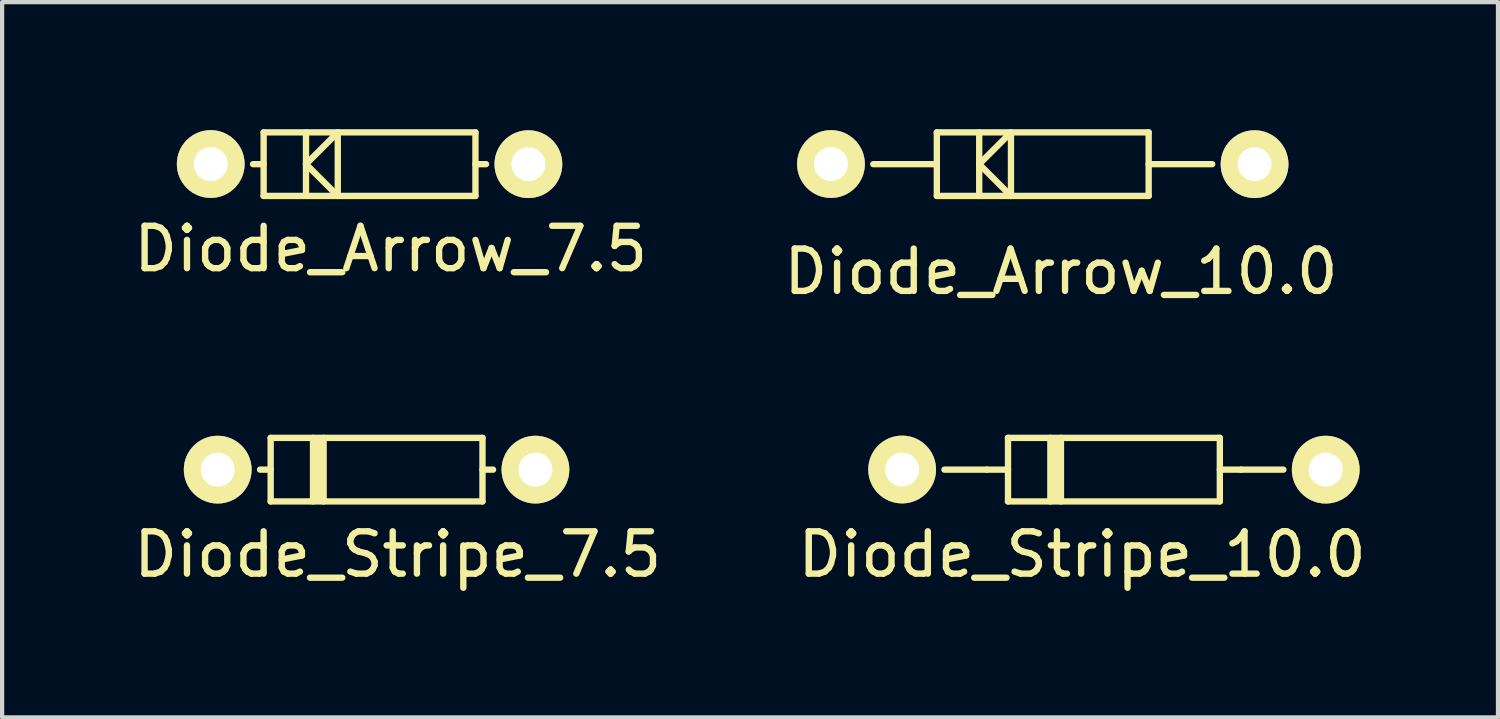
<source format=kicad_pcb>
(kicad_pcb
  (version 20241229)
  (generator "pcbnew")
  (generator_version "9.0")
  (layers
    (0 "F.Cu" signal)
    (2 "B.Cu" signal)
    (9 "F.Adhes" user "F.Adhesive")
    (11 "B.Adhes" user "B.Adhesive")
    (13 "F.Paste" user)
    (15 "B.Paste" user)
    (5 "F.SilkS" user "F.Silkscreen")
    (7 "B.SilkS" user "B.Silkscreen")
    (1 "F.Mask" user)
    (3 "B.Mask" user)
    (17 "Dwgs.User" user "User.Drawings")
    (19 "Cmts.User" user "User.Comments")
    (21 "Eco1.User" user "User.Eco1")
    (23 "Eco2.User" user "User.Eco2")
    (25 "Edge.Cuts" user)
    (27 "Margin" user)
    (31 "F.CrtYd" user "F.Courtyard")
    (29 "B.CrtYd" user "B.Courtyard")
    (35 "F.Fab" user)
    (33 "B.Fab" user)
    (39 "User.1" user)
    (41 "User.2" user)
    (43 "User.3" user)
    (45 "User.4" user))
  (footprint "Diode_Arrow_10.0"
    (layer "F.Cu")
    (at 16.564 0.825)
    (property "Reference" "Diode_Arrow_10.0" (at 5.431 2.537 0) (layer "F.SilkS") (effects (font (size 1 1) (thickness 0.15))))
    (attr through_hole)
    (fp_line (start 2.5 -0.75) (end 2.5 0.75) (stroke (width 0.15) (type solid)) (layer "F.SilkS"))
    (fp_line (start 2.5 0) (end 1 0) (stroke (width 0.15) (type solid)) (layer "F.SilkS"))
    (fp_line (start 2.5 0.75) (end 7.5 0.75) (stroke (width 0.15) (type solid)) (layer "F.SilkS"))
    (fp_line (start 3.5 -0.75) (end 3.5 0.75) (stroke (width 0.15) (type solid)) (layer "F.SilkS"))
    (fp_line (start 3.5 0) (end 4.25 -0.75) (stroke (width 0.15) (type solid)) (layer "F.SilkS"))
    (fp_line (start 3.5 0) (end 4.25 0.75) (stroke (width 0.15) (type solid)) (layer "F.SilkS"))
    (fp_line (start 4.25 0.75) (end 4.25 -0.75) (stroke (width 0.15) (type solid)) (layer "F.SilkS"))
    (fp_line (start 7.5 -0.75) (end 2.5 -0.75) (stroke (width 0.15) (type solid)) (layer "F.SilkS"))
    (fp_line (start 7.5 0) (end 9 0) (stroke (width 0.15) (type solid)) (layer "F.SilkS"))
    (fp_line (start 7.5 0.75) (end 7.5 -0.75) (stroke (width 0.15) (type solid)) (layer "F.SilkS"))
    (pad "1" thru_hole circle (at 0.001 -0.003 180) (size 1.6 1.6) (drill 0.8) (layers "*.Cu" "*.Mask" "F.SilkS"))
    (pad "2" thru_hole circle (at 10 0 180) (size 1.6 1.6) (drill 0.8) (layers "*.Cu" "*.Mask" "F.SilkS")))
  (footprint "Diode_Arrow_7.5"
    (layer "F.Cu")
    (at 1.923 0.825)
    (property "Reference" "Diode_Arrow_7.5" (at 4.25 2 0) (layer "F.SilkS") (effects (font (size 1 1) (thickness 0.15))))
    (attr through_hole)
    (fp_line (start 1.25 -0.75) (end 1.25 0.75) (stroke (width 0.15) (type solid)) (layer "F.SilkS"))
    (fp_line (start 1.25 0) (end 1 0) (stroke (width 0.15) (type solid)) (layer "F.SilkS"))
    (fp_line (start 1.25 0.75) (end 6.25 0.75) (stroke (width 0.15) (type solid)) (layer "F.SilkS"))
    (fp_line (start 2.25 -0.75) (end 2.25 0.75) (stroke (width 0.15) (type solid)) (layer "F.SilkS"))
    (fp_line (start 2.25 0) (end 3 -0.75) (stroke (width 0.15) (type solid)) (layer "F.SilkS"))
    (fp_line (start 2.25 0) (end 3 0.75) (stroke (width 0.15) (type solid)) (layer "F.SilkS"))
    (fp_line (start 3 0.75) (end 3 -0.75) (stroke (width 0.15) (type solid)) (layer "F.SilkS"))
    (fp_line (start 6.25 -0.75) (end 1.25 -0.75) (stroke (width 0.15) (type solid)) (layer "F.SilkS"))
    (fp_line (start 6.25 0) (end 6.5 0) (stroke (width 0.15) (type solid)) (layer "F.SilkS"))
    (fp_line (start 6.25 0.75) (end 6.25 -0.75) (stroke (width 0.15) (type solid)) (layer "F.SilkS"))
    (pad "1" thru_hole circle (at 0.001 -0.003 180) (size 1.6 1.6) (drill 0.8) (layers "*.Cu" "*.Mask" "F.SilkS"))
    (pad "2" thru_hole circle (at 7.5 0 180) (size 1.6 1.6) (drill 0.8) (layers "*.Cu" "*.Mask" "F.SilkS")))
  (footprint "Diode_Stripe_10.0"
    (layer "F.Cu")
    (at 18.244 8.036)
    (property "Reference" "Diode_Stripe_10.0" (at 4.25 2 0) (layer "F.SilkS") (effects (font (size 1 1) (thickness 0.15))))
    (attr through_hole)
    (fp_line (start 2 0) (end 1 0) (stroke (width 0.15) (type solid)) (layer "F.SilkS"))
    (fp_line (start 2.5 -0.75) (end 7.5 -0.75) (stroke (width 0.15) (type solid)) (layer "F.SilkS"))
    (fp_line (start 2.5 0) (end 2 0) (stroke (width 0.15) (type solid)) (layer "F.SilkS"))
    (fp_line (start 2.5 0.75) (end 2.5 -0.75) (stroke (width 0.15) (type solid)) (layer "F.SilkS"))
    (fp_line (start 3.5 -0.75) (end 3.5 0.75) (stroke (width 0.15) (type solid)) (layer "F.SilkS"))
    (fp_line (start 3.6 -0.7) (end 3.6 0.7) (stroke (width 0.15) (type solid)) (layer "F.SilkS"))
    (fp_line (start 3.7 0.7) (end 3.7 -0.7) (stroke (width 0.15) (type solid)) (layer "F.SilkS"))
    (fp_line (start 3.75 0.75) (end 3.75 -0.75) (stroke (width 0.15) (type solid)) (layer "F.SilkS"))
    (fp_line (start 7.5 -0.75) (end 7.5 0.75) (stroke (width 0.15) (type solid)) (layer "F.SilkS"))
    (fp_line (start 7.5 0) (end 8 0) (stroke (width 0.15) (type solid)) (layer "F.SilkS"))
    (fp_line (start 7.5 0.75) (end 2.5 0.75) (stroke (width 0.15) (type solid)) (layer "F.SilkS"))
    (fp_line (start 8 0) (end 9 0) (stroke (width 0.15) (type solid)) (layer "F.SilkS"))
    (pad "1" thru_hole circle (at 0.001 -0.003 180) (size 1.6 1.6) (drill 0.8) (layers "*.Cu" "*.Mask" "F.SilkS"))
    (pad "2" thru_hole circle (at 10 0 180) (size 1.6 1.6) (drill 0.8) (layers "*.Cu" "*.Mask" "F.SilkS")))
  (footprint "Diode_Stripe_7.5"
    (layer "F.Cu")
    (at 2.089 8.036)
    (property "Reference" "Diode_Stripe_7.5" (at 4.25 2 0) (layer "F.SilkS") (effects (font (size 1 1) (thickness 0.15))))
    (attr through_hole)
    (fp_line (start 1.25 -0.75) (end 6.25 -0.75) (stroke (width 0.15) (type solid)) (layer "F.SilkS"))
    (fp_line (start 1.25 0) (end 1 0) (stroke (width 0.15) (type solid)) (layer "F.SilkS"))
    (fp_line (start 1.25 0.75) (end 1.25 -0.75) (stroke (width 0.15) (type solid)) (layer "F.SilkS"))
    (fp_line (start 2.25 -0.75) (end 2.25 0.75) (stroke (width 0.15) (type solid)) (layer "F.SilkS"))
    (fp_line (start 2.35 -0.7) (end 2.35 0.7) (stroke (width 0.15) (type solid)) (layer "F.SilkS"))
    (fp_line (start 2.45 0.7) (end 2.45 -0.7) (stroke (width 0.15) (type solid)) (layer "F.SilkS"))
    (fp_line (start 2.5 0.75) (end 2.5 -0.75) (stroke (width 0.15) (type solid)) (layer "F.SilkS"))
    (fp_line (start 6.25 -0.75) (end 6.25 0.75) (stroke (width 0.15) (type solid)) (layer "F.SilkS"))
    (fp_line (start 6.25 0) (end 6.5 0) (stroke (width 0.15) (type solid)) (layer "F.SilkS"))
    (fp_line (start 6.25 0.75) (end 1.25 0.75) (stroke (width 0.15) (type solid)) (layer "F.SilkS"))
    (pad "1" thru_hole circle (at 0 0 180) (size 1.6 1.6) (drill 0.8) (layers "*.Cu" "*.Mask" "F.SilkS"))
    (pad "2" thru_hole circle (at 7.5 0 180) (size 1.6 1.6) (drill 0.8) (layers "*.Cu" "*.Mask" "F.SilkS")))
  (gr_rect
    (start -3 -3)
    (end 32.31 13.884)
    (stroke (width 0.1) (type default))
    (fill no)
    (layer "Edge.Cuts")))
</source>
